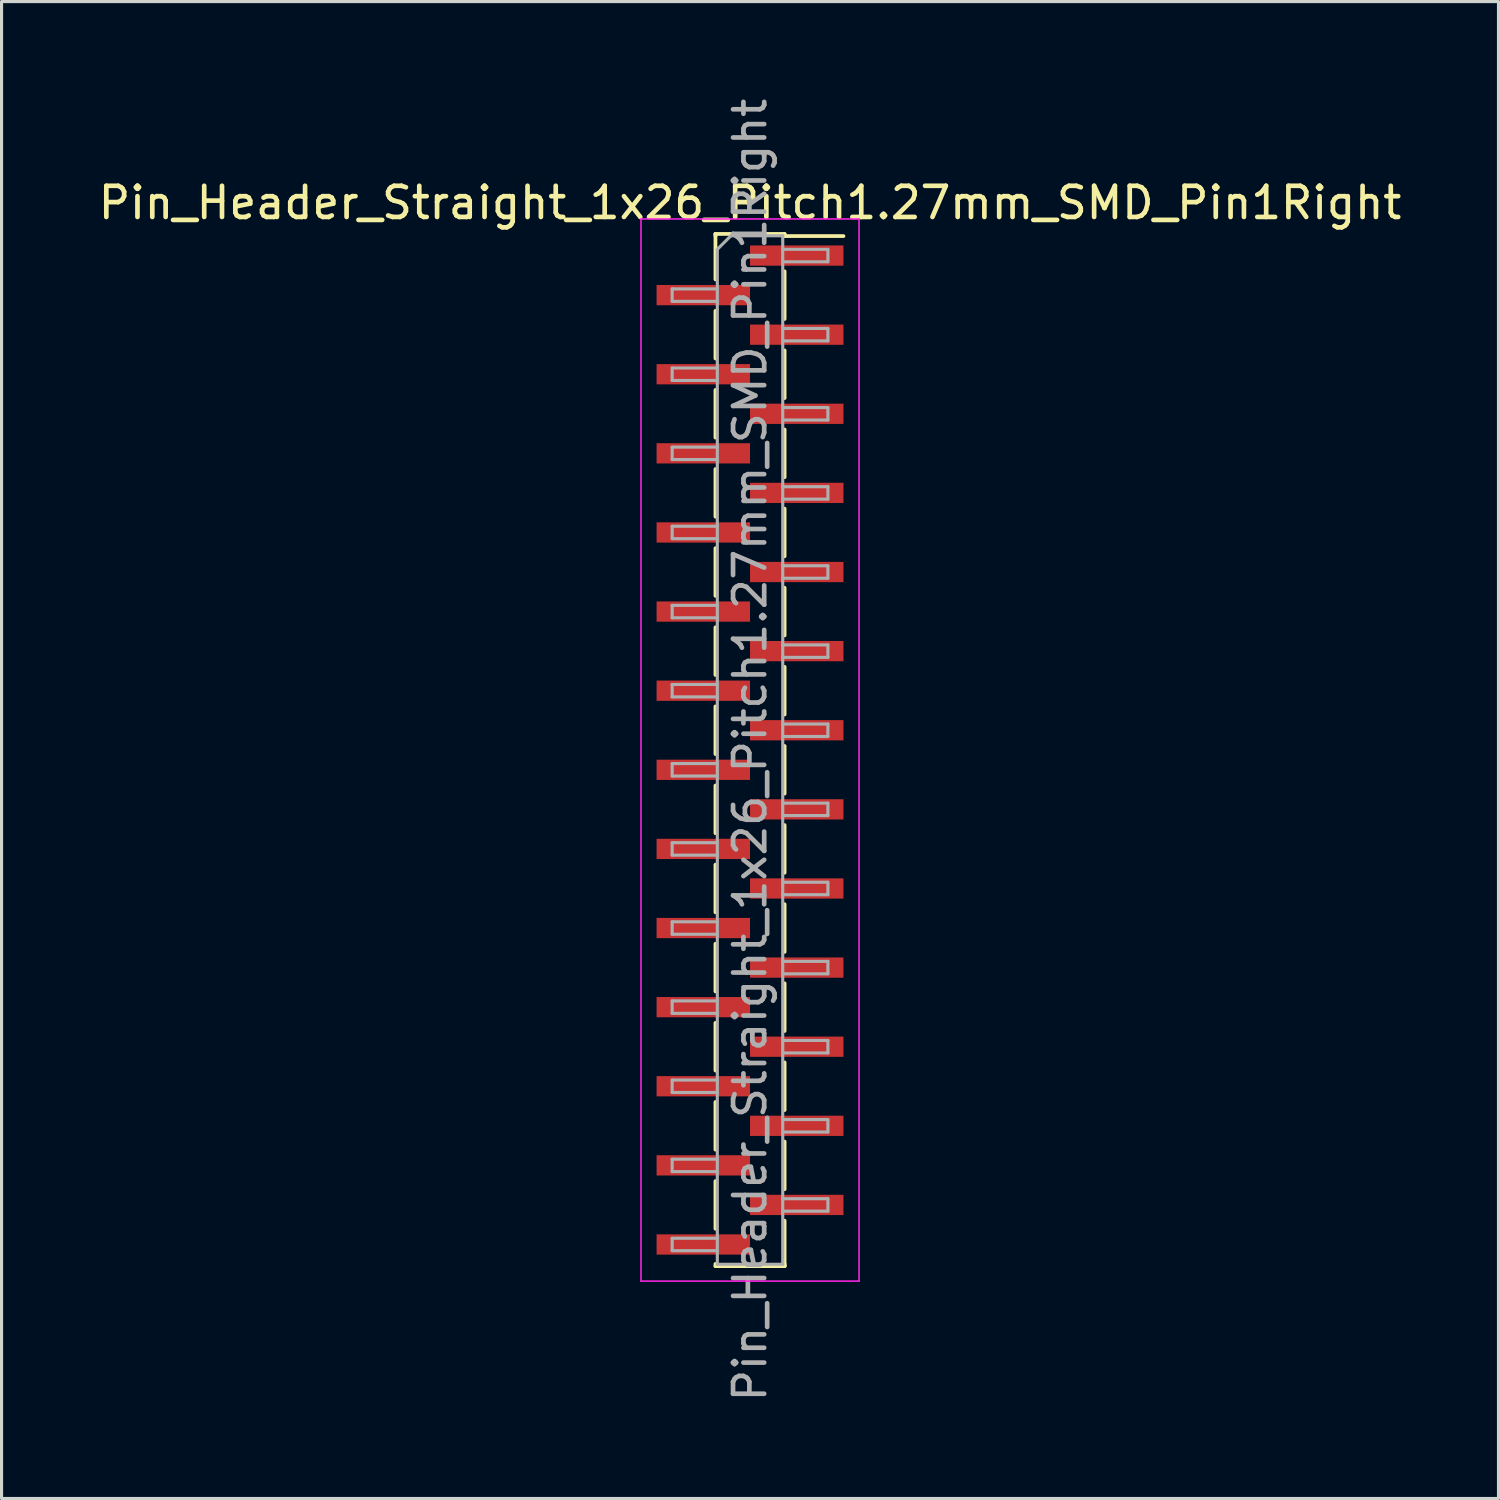
<source format=kicad_pcb>
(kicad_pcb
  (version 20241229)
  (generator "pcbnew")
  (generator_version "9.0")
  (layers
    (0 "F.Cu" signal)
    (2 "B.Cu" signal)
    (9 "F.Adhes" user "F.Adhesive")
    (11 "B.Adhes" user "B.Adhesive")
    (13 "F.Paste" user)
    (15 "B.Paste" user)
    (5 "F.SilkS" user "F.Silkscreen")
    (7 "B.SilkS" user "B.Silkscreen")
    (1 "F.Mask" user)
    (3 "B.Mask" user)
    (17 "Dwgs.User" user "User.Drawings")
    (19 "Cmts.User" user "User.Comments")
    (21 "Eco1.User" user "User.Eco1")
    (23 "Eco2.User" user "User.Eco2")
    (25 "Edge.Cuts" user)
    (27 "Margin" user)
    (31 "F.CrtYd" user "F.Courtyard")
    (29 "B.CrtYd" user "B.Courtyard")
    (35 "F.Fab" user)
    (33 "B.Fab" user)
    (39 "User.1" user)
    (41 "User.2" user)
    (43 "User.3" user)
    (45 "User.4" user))
  (footprint "Pin_Header_Straight_1x26_Pitch1.27mm_SMD_Pin1Right"
    (layer "F.Cu")
    (at 21.03 21.03)
    (property "Reference" "Pin_Header_Straight_1x26_Pitch1.27mm_SMD_Pin1Right" (at 0 -17.57 0) (layer "F.SilkS") (effects (font (size 1 1) (thickness 0.15))))
    (attr smd)
    (fp_line (start -1.11 -16.57) (end -1.11 -15.11) (stroke (width 0.12) (type solid)) (layer "F.SilkS"))
    (fp_line (start -1.11 -16.57) (end 1.11 -16.57) (stroke (width 0.12) (type solid)) (layer "F.SilkS"))
    (fp_line (start -1.11 -16.5) (end -1.11 -16.57) (stroke (width 0.12) (type solid)) (layer "F.SilkS"))
    (fp_line (start -1.11 -14.1) (end -1.11 -12.57) (stroke (width 0.12) (type solid)) (layer "F.SilkS"))
    (fp_line (start -1.11 -11.56) (end -1.11 -10.03) (stroke (width 0.12) (type solid)) (layer "F.SilkS"))
    (fp_line (start -1.11 -9.02) (end -1.11 -7.49) (stroke (width 0.12) (type solid)) (layer "F.SilkS"))
    (fp_line (start -1.11 -6.48) (end -1.11 -4.95) (stroke (width 0.12) (type solid)) (layer "F.SilkS"))
    (fp_line (start -1.11 -3.94) (end -1.11 -2.41) (stroke (width 0.12) (type solid)) (layer "F.SilkS"))
    (fp_line (start -1.11 -1.4) (end -1.11 0.13) (stroke (width 0.12) (type solid)) (layer "F.SilkS"))
    (fp_line (start -1.11 1.14) (end -1.11 2.67) (stroke (width 0.12) (type solid)) (layer "F.SilkS"))
    (fp_line (start -1.11 3.68) (end -1.11 5.21) (stroke (width 0.12) (type solid)) (layer "F.SilkS"))
    (fp_line (start -1.11 6.22) (end -1.11 7.75) (stroke (width 0.12) (type solid)) (layer "F.SilkS"))
    (fp_line (start -1.11 8.76) (end -1.11 10.29) (stroke (width 0.12) (type solid)) (layer "F.SilkS"))
    (fp_line (start -1.11 11.3) (end -1.11 12.83) (stroke (width 0.12) (type solid)) (layer "F.SilkS"))
    (fp_line (start -1.11 13.84) (end -1.11 15.37) (stroke (width 0.12) (type solid)) (layer "F.SilkS"))
    (fp_line (start -1.11 16.5) (end -1.11 16.57) (stroke (width 0.12) (type solid)) (layer "F.SilkS"))
    (fp_line (start -1.11 16.57) (end 1.11 16.57) (stroke (width 0.12) (type solid)) (layer "F.SilkS"))
    (fp_line (start 1.11 -16.57) (end 1.11 -16.5) (stroke (width 0.12) (type solid)) (layer "F.SilkS"))
    (fp_line (start 1.11 -16.5) (end 3 -16.5) (stroke (width 0.12) (type solid)) (layer "F.SilkS"))
    (fp_line (start 1.11 -15.37) (end 1.11 -13.84) (stroke (width 0.12) (type solid)) (layer "F.SilkS"))
    (fp_line (start 1.11 -12.83) (end 1.11 -11.3) (stroke (width 0.12) (type solid)) (layer "F.SilkS"))
    (fp_line (start 1.11 -10.29) (end 1.11 -8.76) (stroke (width 0.12) (type solid)) (layer "F.SilkS"))
    (fp_line (start 1.11 -7.75) (end 1.11 -6.22) (stroke (width 0.12) (type solid)) (layer "F.SilkS"))
    (fp_line (start 1.11 -5.21) (end 1.11 -3.68) (stroke (width 0.12) (type solid)) (layer "F.SilkS"))
    (fp_line (start 1.11 -2.67) (end 1.11 -1.14) (stroke (width 0.12) (type solid)) (layer "F.SilkS"))
    (fp_line (start 1.11 -0.13) (end 1.11 1.4) (stroke (width 0.12) (type solid)) (layer "F.SilkS"))
    (fp_line (start 1.11 2.41) (end 1.11 3.94) (stroke (width 0.12) (type solid)) (layer "F.SilkS"))
    (fp_line (start 1.11 4.95) (end 1.11 6.48) (stroke (width 0.12) (type solid)) (layer "F.SilkS"))
    (fp_line (start 1.11 7.49) (end 1.11 9.02) (stroke (width 0.12) (type solid)) (layer "F.SilkS"))
    (fp_line (start 1.11 10.03) (end 1.11 11.56) (stroke (width 0.12) (type solid)) (layer "F.SilkS"))
    (fp_line (start 1.11 12.57) (end 1.11 14.1) (stroke (width 0.12) (type solid)) (layer "F.SilkS"))
    (fp_line (start 1.11 15.11) (end 1.11 16.57) (stroke (width 0.12) (type solid)) (layer "F.SilkS"))
    (fp_line (start 1.11 16.57) (end 1.11 16.5) (stroke (width 0.12) (type solid)) (layer "F.SilkS"))
    (fp_line (start -3.5 -17.05) (end -3.5 17.05) (stroke (width 0.05) (type solid)) (layer "F.CrtYd"))
    (fp_line (start -3.5 17.05) (end 3.5 17.05) (stroke (width 0.05) (type solid)) (layer "F.CrtYd"))
    (fp_line (start 3.5 -17.05) (end -3.5 -17.05) (stroke (width 0.05) (type solid)) (layer "F.CrtYd"))
    (fp_line (start 3.5 17.05) (end 3.5 -17.05) (stroke (width 0.05) (type solid)) (layer "F.CrtYd"))
    (fp_line (start -2.5 -14.805) (end -2.5 -14.405) (stroke (width 0.1) (type solid)) (layer "F.Fab"))
    (fp_line (start -2.5 -14.405) (end -1.05 -14.405) (stroke (width 0.1) (type solid)) (layer "F.Fab"))
    (fp_line (start -2.5 -12.265) (end -2.5 -11.865) (stroke (width 0.1) (type solid)) (layer "F.Fab"))
    (fp_line (start -2.5 -11.865) (end -1.05 -11.865) (stroke (width 0.1) (type solid)) (layer "F.Fab"))
    (fp_line (start -2.5 -9.725) (end -2.5 -9.325) (stroke (width 0.1) (type solid)) (layer "F.Fab"))
    (fp_line (start -2.5 -9.325) (end -1.05 -9.325) (stroke (width 0.1) (type solid)) (layer "F.Fab"))
    (fp_line (start -2.5 -7.185) (end -2.5 -6.785) (stroke (width 0.1) (type solid)) (layer "F.Fab"))
    (fp_line (start -2.5 -6.785) (end -1.05 -6.785) (stroke (width 0.1) (type solid)) (layer "F.Fab"))
    (fp_line (start -2.5 -4.645) (end -2.5 -4.245) (stroke (width 0.1) (type solid)) (layer "F.Fab"))
    (fp_line (start -2.5 -4.245) (end -1.05 -4.245) (stroke (width 0.1) (type solid)) (layer "F.Fab"))
    (fp_line (start -2.5 -2.105) (end -2.5 -1.705) (stroke (width 0.1) (type solid)) (layer "F.Fab"))
    (fp_line (start -2.5 -1.705) (end -1.05 -1.705) (stroke (width 0.1) (type solid)) (layer "F.Fab"))
    (fp_line (start -2.5 0.435) (end -2.5 0.835) (stroke (width 0.1) (type solid)) (layer "F.Fab"))
    (fp_line (start -2.5 0.835) (end -1.05 0.835) (stroke (width 0.1) (type solid)) (layer "F.Fab"))
    (fp_line (start -2.5 2.975) (end -2.5 3.375) (stroke (width 0.1) (type solid)) (layer "F.Fab"))
    (fp_line (start -2.5 3.375) (end -1.05 3.375) (stroke (width 0.1) (type solid)) (layer "F.Fab"))
    (fp_line (start -2.5 5.515) (end -2.5 5.915) (stroke (width 0.1) (type solid)) (layer "F.Fab"))
    (fp_line (start -2.5 5.915) (end -1.05 5.915) (stroke (width 0.1) (type solid)) (layer "F.Fab"))
    (fp_line (start -2.5 8.055) (end -2.5 8.455) (stroke (width 0.1) (type solid)) (layer "F.Fab"))
    (fp_line (start -2.5 8.455) (end -1.05 8.455) (stroke (width 0.1) (type solid)) (layer "F.Fab"))
    (fp_line (start -2.5 10.595) (end -2.5 10.995) (stroke (width 0.1) (type solid)) (layer "F.Fab"))
    (fp_line (start -2.5 10.995) (end -1.05 10.995) (stroke (width 0.1) (type solid)) (layer "F.Fab"))
    (fp_line (start -2.5 13.135) (end -2.5 13.535) (stroke (width 0.1) (type solid)) (layer "F.Fab"))
    (fp_line (start -2.5 13.535) (end -1.05 13.535) (stroke (width 0.1) (type solid)) (layer "F.Fab"))
    (fp_line (start -2.5 15.675) (end -2.5 16.075) (stroke (width 0.1) (type solid)) (layer "F.Fab"))
    (fp_line (start -2.5 16.075) (end -1.05 16.075) (stroke (width 0.1) (type solid)) (layer "F.Fab"))
    (fp_line (start -1.05 -16.075) (end -0.615 -16.51) (stroke (width 0.1) (type solid)) (layer "F.Fab"))
    (fp_line (start -1.05 -14.805) (end -2.5 -14.805) (stroke (width 0.1) (type solid)) (layer "F.Fab"))
    (fp_line (start -1.05 -12.265) (end -2.5 -12.265) (stroke (width 0.1) (type solid)) (layer "F.Fab"))
    (fp_line (start -1.05 -9.725) (end -2.5 -9.725) (stroke (width 0.1) (type solid)) (layer "F.Fab"))
    (fp_line (start -1.05 -7.185) (end -2.5 -7.185) (stroke (width 0.1) (type solid)) (layer "F.Fab"))
    (fp_line (start -1.05 -4.645) (end -2.5 -4.645) (stroke (width 0.1) (type solid)) (layer "F.Fab"))
    (fp_line (start -1.05 -2.105) (end -2.5 -2.105) (stroke (width 0.1) (type solid)) (layer "F.Fab"))
    (fp_line (start -1.05 0.435) (end -2.5 0.435) (stroke (width 0.1) (type solid)) (layer "F.Fab"))
    (fp_line (start -1.05 2.975) (end -2.5 2.975) (stroke (width 0.1) (type solid)) (layer "F.Fab"))
    (fp_line (start -1.05 5.515) (end -2.5 5.515) (stroke (width 0.1) (type solid)) (layer "F.Fab"))
    (fp_line (start -1.05 8.055) (end -2.5 8.055) (stroke (width 0.1) (type solid)) (layer "F.Fab"))
    (fp_line (start -1.05 10.595) (end -2.5 10.595) (stroke (width 0.1) (type solid)) (layer "F.Fab"))
    (fp_line (start -1.05 13.135) (end -2.5 13.135) (stroke (width 0.1) (type solid)) (layer "F.Fab"))
    (fp_line (start -1.05 15.675) (end -2.5 15.675) (stroke (width 0.1) (type solid)) (layer "F.Fab"))
    (fp_line (start -1.05 16.51) (end -1.05 -16.075) (stroke (width 0.1) (type solid)) (layer "F.Fab"))
    (fp_line (start -0.615 -16.51) (end 1.05 -16.51) (stroke (width 0.1) (type solid)) (layer "F.Fab"))
    (fp_line (start 1.05 -16.51) (end 1.05 16.51) (stroke (width 0.1) (type solid)) (layer "F.Fab"))
    (fp_line (start 1.05 -16.075) (end 2.5 -16.075) (stroke (width 0.1) (type solid)) (layer "F.Fab"))
    (fp_line (start 1.05 -13.535) (end 2.5 -13.535) (stroke (width 0.1) (type solid)) (layer "F.Fab"))
    (fp_line (start 1.05 -10.995) (end 2.5 -10.995) (stroke (width 0.1) (type solid)) (layer "F.Fab"))
    (fp_line (start 1.05 -8.455) (end 2.5 -8.455) (stroke (width 0.1) (type solid)) (layer "F.Fab"))
    (fp_line (start 1.05 -5.915) (end 2.5 -5.915) (stroke (width 0.1) (type solid)) (layer "F.Fab"))
    (fp_line (start 1.05 -3.375) (end 2.5 -3.375) (stroke (width 0.1) (type solid)) (layer "F.Fab"))
    (fp_line (start 1.05 -0.835) (end 2.5 -0.835) (stroke (width 0.1) (type solid)) (layer "F.Fab"))
    (fp_line (start 1.05 1.705) (end 2.5 1.705) (stroke (width 0.1) (type solid)) (layer "F.Fab"))
    (fp_line (start 1.05 4.245) (end 2.5 4.245) (stroke (width 0.1) (type solid)) (layer "F.Fab"))
    (fp_line (start 1.05 6.785) (end 2.5 6.785) (stroke (width 0.1) (type solid)) (layer "F.Fab"))
    (fp_line (start 1.05 9.325) (end 2.5 9.325) (stroke (width 0.1) (type solid)) (layer "F.Fab"))
    (fp_line (start 1.05 11.865) (end 2.5 11.865) (stroke (width 0.1) (type solid)) (layer "F.Fab"))
    (fp_line (start 1.05 14.405) (end 2.5 14.405) (stroke (width 0.1) (type solid)) (layer "F.Fab"))
    (fp_line (start 1.05 16.51) (end -1.05 16.51) (stroke (width 0.1) (type solid)) (layer "F.Fab"))
    (fp_line (start 2.5 -16.075) (end 2.5 -15.675) (stroke (width 0.1) (type solid)) (layer "F.Fab"))
    (fp_line (start 2.5 -15.675) (end 1.05 -15.675) (stroke (width 0.1) (type solid)) (layer "F.Fab"))
    (fp_line (start 2.5 -13.535) (end 2.5 -13.135) (stroke (width 0.1) (type solid)) (layer "F.Fab"))
    (fp_line (start 2.5 -13.135) (end 1.05 -13.135) (stroke (width 0.1) (type solid)) (layer "F.Fab"))
    (fp_line (start 2.5 -10.995) (end 2.5 -10.595) (stroke (width 0.1) (type solid)) (layer "F.Fab"))
    (fp_line (start 2.5 -10.595) (end 1.05 -10.595) (stroke (width 0.1) (type solid)) (layer "F.Fab"))
    (fp_line (start 2.5 -8.455) (end 2.5 -8.055) (stroke (width 0.1) (type solid)) (layer "F.Fab"))
    (fp_line (start 2.5 -8.055) (end 1.05 -8.055) (stroke (width 0.1) (type solid)) (layer "F.Fab"))
    (fp_line (start 2.5 -5.915) (end 2.5 -5.515) (stroke (width 0.1) (type solid)) (layer "F.Fab"))
    (fp_line (start 2.5 -5.515) (end 1.05 -5.515) (stroke (width 0.1) (type solid)) (layer "F.Fab"))
    (fp_line (start 2.5 -3.375) (end 2.5 -2.975) (stroke (width 0.1) (type solid)) (layer "F.Fab"))
    (fp_line (start 2.5 -2.975) (end 1.05 -2.975) (stroke (width 0.1) (type solid)) (layer "F.Fab"))
    (fp_line (start 2.5 -0.835) (end 2.5 -0.435) (stroke (width 0.1) (type solid)) (layer "F.Fab"))
    (fp_line (start 2.5 -0.435) (end 1.05 -0.435) (stroke (width 0.1) (type solid)) (layer "F.Fab"))
    (fp_line (start 2.5 1.705) (end 2.5 2.105) (stroke (width 0.1) (type solid)) (layer "F.Fab"))
    (fp_line (start 2.5 2.105) (end 1.05 2.105) (stroke (width 0.1) (type solid)) (layer "F.Fab"))
    (fp_line (start 2.5 4.245) (end 2.5 4.645) (stroke (width 0.1) (type solid)) (layer "F.Fab"))
    (fp_line (start 2.5 4.645) (end 1.05 4.645) (stroke (width 0.1) (type solid)) (layer "F.Fab"))
    (fp_line (start 2.5 6.785) (end 2.5 7.185) (stroke (width 0.1) (type solid)) (layer "F.Fab"))
    (fp_line (start 2.5 7.185) (end 1.05 7.185) (stroke (width 0.1) (type solid)) (layer "F.Fab"))
    (fp_line (start 2.5 9.325) (end 2.5 9.725) (stroke (width 0.1) (type solid)) (layer "F.Fab"))
    (fp_line (start 2.5 9.725) (end 1.05 9.725) (stroke (width 0.1) (type solid)) (layer "F.Fab"))
    (fp_line (start 2.5 11.865) (end 2.5 12.265) (stroke (width 0.1) (type solid)) (layer "F.Fab"))
    (fp_line (start 2.5 12.265) (end 1.05 12.265) (stroke (width 0.1) (type solid)) (layer "F.Fab"))
    (fp_line (start 2.5 14.405) (end 2.5 14.805) (stroke (width 0.1) (type solid)) (layer "F.Fab"))
    (fp_line (start 2.5 14.805) (end 1.05 14.805) (stroke (width 0.1) (type solid)) (layer "F.Fab"))
    (fp_text user "${REFERENCE}" (at 0 0 90) (layer "F.Fab") (effects (font (size 1 1) (thickness 0.15))))
    (pad "1" smd rect (at 1.5 -15.875) (size 3 0.65) (layers "F.Cu" "F.Mask" "F.Paste"))
    (pad "2" smd rect (at -1.5 -14.605) (size 3 0.65) (layers "F.Cu" "F.Mask" "F.Paste"))
    (pad "3" smd rect (at 1.5 -13.335) (size 3 0.65) (layers "F.Cu" "F.Mask" "F.Paste"))
    (pad "4" smd rect (at -1.5 -12.065) (size 3 0.65) (layers "F.Cu" "F.Mask" "F.Paste"))
    (pad "5" smd rect (at 1.5 -10.795) (size 3 0.65) (layers "F.Cu" "F.Mask" "F.Paste"))
    (pad "6" smd rect (at -1.5 -9.525) (size 3 0.65) (layers "F.Cu" "F.Mask" "F.Paste"))
    (pad "7" smd rect (at 1.5 -8.255) (size 3 0.65) (layers "F.Cu" "F.Mask" "F.Paste"))
    (pad "8" smd rect (at -1.5 -6.985) (size 3 0.65) (layers "F.Cu" "F.Mask" "F.Paste"))
    (pad "9" smd rect (at 1.5 -5.715) (size 3 0.65) (layers "F.Cu" "F.Mask" "F.Paste"))
    (pad "10" smd rect (at -1.5 -4.445) (size 3 0.65) (layers "F.Cu" "F.Mask" "F.Paste"))
    (pad "11" smd rect (at 1.5 -3.175) (size 3 0.65) (layers "F.Cu" "F.Mask" "F.Paste"))
    (pad "12" smd rect (at -1.5 -1.905) (size 3 0.65) (layers "F.Cu" "F.Mask" "F.Paste"))
    (pad "13" smd rect (at 1.5 -0.635) (size 3 0.65) (layers "F.Cu" "F.Mask" "F.Paste"))
    (pad "14" smd rect (at -1.5 0.635) (size 3 0.65) (layers "F.Cu" "F.Mask" "F.Paste"))
    (pad "15" smd rect (at 1.5 1.905) (size 3 0.65) (layers "F.Cu" "F.Mask" "F.Paste"))
    (pad "16" smd rect (at -1.5 3.175) (size 3 0.65) (layers "F.Cu" "F.Mask" "F.Paste"))
    (pad "17" smd rect (at 1.5 4.445) (size 3 0.65) (layers "F.Cu" "F.Mask" "F.Paste"))
    (pad "18" smd rect (at -1.5 5.715) (size 3 0.65) (layers "F.Cu" "F.Mask" "F.Paste"))
    (pad "19" smd rect (at 1.5 6.985) (size 3 0.65) (layers "F.Cu" "F.Mask" "F.Paste"))
    (pad "20" smd rect (at -1.5 8.255) (size 3 0.65) (layers "F.Cu" "F.Mask" "F.Paste"))
    (pad "21" smd rect (at 1.5 9.525) (size 3 0.65) (layers "F.Cu" "F.Mask" "F.Paste"))
    (pad "22" smd rect (at -1.5 10.795) (size 3 0.65) (layers "F.Cu" "F.Mask" "F.Paste"))
    (pad "23" smd rect (at 1.5 12.065) (size 3 0.65) (layers "F.Cu" "F.Mask" "F.Paste"))
    (pad "24" smd rect (at -1.5 13.335) (size 3 0.65) (layers "F.Cu" "F.Mask" "F.Paste"))
    (pad "25" smd rect (at 1.5 14.605) (size 3 0.65) (layers "F.Cu" "F.Mask" "F.Paste"))
    (pad "26" smd rect (at -1.5 15.875) (size 3 0.65) (layers "F.Cu" "F.Mask" "F.Paste")))
  (gr_rect
    (start -3 -3)
    (end 45.06 45.06)
    (stroke (width 0.1) (type default))
    (fill no)
    (layer "Edge.Cuts")))
</source>
